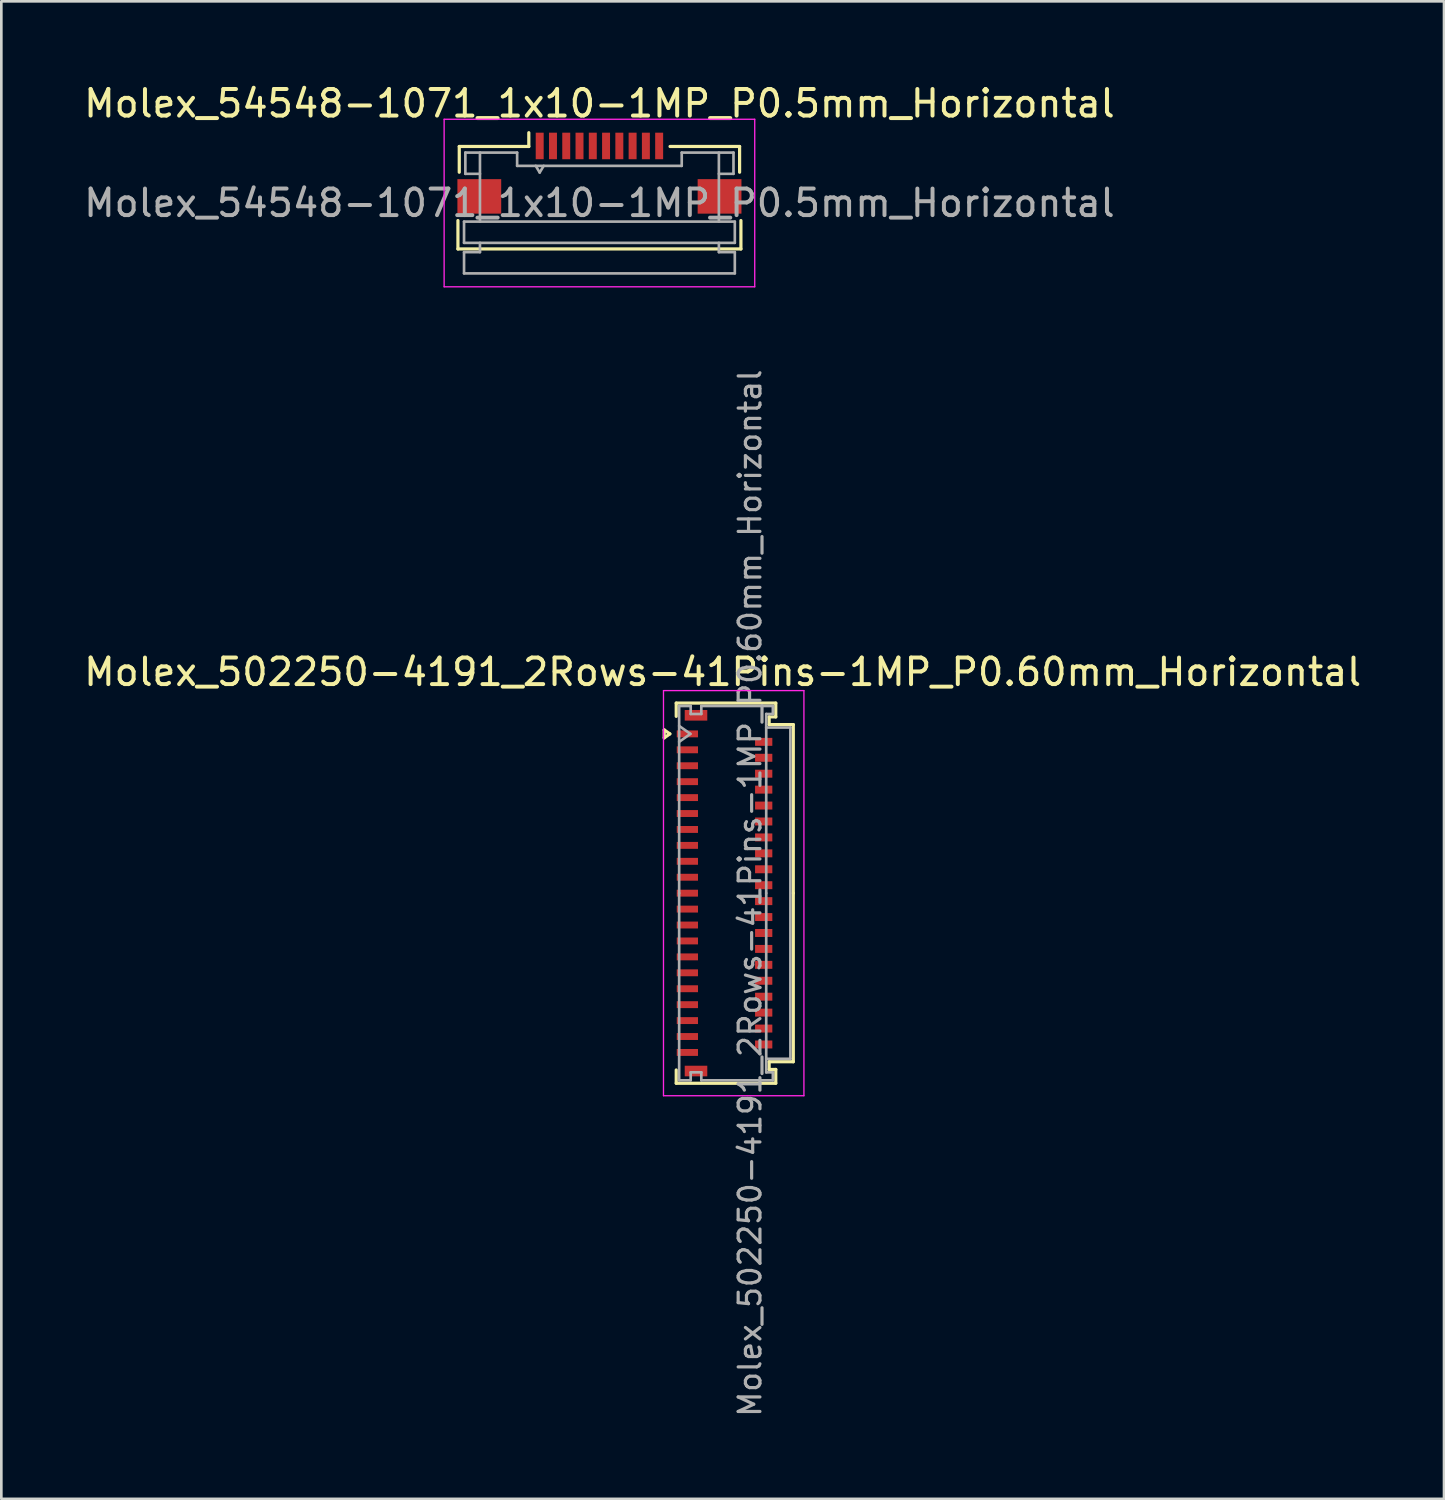
<source format=kicad_pcb>
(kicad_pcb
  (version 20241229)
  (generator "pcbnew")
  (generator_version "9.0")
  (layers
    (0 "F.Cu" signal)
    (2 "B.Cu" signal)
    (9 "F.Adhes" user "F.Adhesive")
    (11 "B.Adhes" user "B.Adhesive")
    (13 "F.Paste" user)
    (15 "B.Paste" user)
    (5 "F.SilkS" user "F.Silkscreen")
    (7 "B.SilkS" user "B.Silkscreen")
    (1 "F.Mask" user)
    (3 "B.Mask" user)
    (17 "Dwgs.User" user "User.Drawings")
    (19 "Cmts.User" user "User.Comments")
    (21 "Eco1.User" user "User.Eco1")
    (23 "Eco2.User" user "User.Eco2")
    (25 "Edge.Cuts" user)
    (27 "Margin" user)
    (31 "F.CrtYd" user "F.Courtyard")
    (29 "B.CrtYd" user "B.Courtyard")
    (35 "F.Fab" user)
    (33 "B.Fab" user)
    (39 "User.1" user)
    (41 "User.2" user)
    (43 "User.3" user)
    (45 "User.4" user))
  (footprint "Molex_502250-4191_2Rows-41Pins-1MP_P0.60mm_Horizontal"
    (layer "F.Cu")
    (at 24.243 30.595)
    (property "Reference" "Molex_502250-4191_2Rows-41Pins-1MP_P0.60mm_Horizontal" (at -0.07 -8.33 0) (layer "F.SilkS") (effects (font (size 1 1) (thickness 0.15))))
    (attr smd)
    (fp_line (start -2.272 -6.15) (end -2.06 -6) (stroke (width 0.12) (type solid)) (layer "F.SilkS"))
    (fp_line (start -2.272 -5.85) (end -2.272 -6.15) (stroke (width 0.12) (type solid)) (layer "F.SilkS"))
    (fp_line (start -2.06 -6) (end -2.272 -5.85) (stroke (width 0.12) (type solid)) (layer "F.SilkS"))
    (fp_line (start -1.82 -7.16) (end 1.93 -7.16) (stroke (width 0.12) (type solid)) (layer "F.SilkS"))
    (fp_line (start -1.82 -6.66) (end -1.82 -7.16) (stroke (width 0.12) (type solid)) (layer "F.SilkS"))
    (fp_line (start -1.82 6.66) (end -1.82 7.16) (stroke (width 0.12) (type solid)) (layer "F.SilkS"))
    (fp_line (start -1.82 7.16) (end 1.93 7.16) (stroke (width 0.12) (type solid)) (layer "F.SilkS"))
    (fp_line (start 1.68 -6.64) (end 1.68 -6.35) (stroke (width 0.12) (type solid)) (layer "F.SilkS"))
    (fp_line (start 1.68 -6.35) (end 2.59 -6.35) (stroke (width 0.12) (type solid)) (layer "F.SilkS"))
    (fp_line (start 1.68 6.35) (end 2.59 6.35) (stroke (width 0.12) (type solid)) (layer "F.SilkS"))
    (fp_line (start 1.68 6.64) (end 1.68 6.35) (stroke (width 0.12) (type solid)) (layer "F.SilkS"))
    (fp_line (start 1.93 -7.16) (end 1.93 -6.64) (stroke (width 0.12) (type solid)) (layer "F.SilkS"))
    (fp_line (start 1.93 -6.64) (end 1.68 -6.64) (stroke (width 0.12) (type solid)) (layer "F.SilkS"))
    (fp_line (start 1.93 6.64) (end 1.68 6.64) (stroke (width 0.12) (type solid)) (layer "F.SilkS"))
    (fp_line (start 1.93 7.16) (end 1.93 6.64) (stroke (width 0.12) (type solid)) (layer "F.SilkS"))
    (fp_line (start 2.59 -6.35) (end 2.59 0) (stroke (width 0.12) (type solid)) (layer "F.SilkS"))
    (fp_line (start 2.59 6.35) (end 2.59 0) (stroke (width 0.12) (type solid)) (layer "F.SilkS"))
    (fp_line (start -2.3 -7.63) (end -2.3 7.63) (stroke (width 0.05) (type solid)) (layer "F.CrtYd"))
    (fp_line (start -2.3 7.63) (end 2.99 7.63) (stroke (width 0.05) (type solid)) (layer "F.CrtYd"))
    (fp_line (start 2.99 -7.63) (end -2.3 -7.63) (stroke (width 0.05) (type solid)) (layer "F.CrtYd"))
    (fp_line (start 2.99 7.63) (end 2.99 -7.63) (stroke (width 0.05) (type solid)) (layer "F.CrtYd"))
    (fp_line (start -1.71 -7.05) (end -1.275 -7.05) (stroke (width 0.1) (type solid)) (layer "F.Fab"))
    (fp_line (start -1.71 -6.3) (end -1.286 -6) (stroke (width 0.1) (type solid)) (layer "F.Fab"))
    (fp_line (start -1.71 0) (end -1.71 -7.05) (stroke (width 0.1) (type solid)) (layer "F.Fab"))
    (fp_line (start -1.71 0) (end -1.71 7.05) (stroke (width 0.1) (type solid)) (layer "F.Fab"))
    (fp_line (start -1.71 7.05) (end -1.275 7.05) (stroke (width 0.1) (type solid)) (layer "F.Fab"))
    (fp_line (start -1.286 -6) (end -1.71 -5.7) (stroke (width 0.1) (type solid)) (layer "F.Fab"))
    (fp_line (start -1.275 -7.05) (end -1.275 -6.75) (stroke (width 0.1) (type solid)) (layer "F.Fab"))
    (fp_line (start -1.275 -6.75) (end -0.875 -6.75) (stroke (width 0.1) (type solid)) (layer "F.Fab"))
    (fp_line (start -1.275 6.75) (end -0.875 6.75) (stroke (width 0.1) (type solid)) (layer "F.Fab"))
    (fp_line (start -1.275 7.05) (end -1.275 6.75) (stroke (width 0.1) (type solid)) (layer "F.Fab"))
    (fp_line (start -0.875 -7.05) (end 1.82 -7.05) (stroke (width 0.1) (type solid)) (layer "F.Fab"))
    (fp_line (start -0.875 -6.75) (end -0.875 -7.05) (stroke (width 0.1) (type solid)) (layer "F.Fab"))
    (fp_line (start -0.875 6.75) (end -0.875 7.05) (stroke (width 0.1) (type solid)) (layer "F.Fab"))
    (fp_line (start -0.875 7.05) (end 1.82 7.05) (stroke (width 0.1) (type solid)) (layer "F.Fab"))
    (fp_line (start 1.57 -6.75) (end 1.57 0) (stroke (width 0.1) (type solid)) (layer "F.Fab"))
    (fp_line (start 1.57 -6.24) (end 2.48 -6.24) (stroke (width 0.1) (type solid)) (layer "F.Fab"))
    (fp_line (start 1.57 6.75) (end 1.57 0) (stroke (width 0.1) (type solid)) (layer "F.Fab"))
    (fp_line (start 1.82 -7.05) (end 1.82 -6.75) (stroke (width 0.1) (type solid)) (layer "F.Fab"))
    (fp_line (start 1.82 -6.75) (end 1.57 -6.75) (stroke (width 0.1) (type solid)) (layer "F.Fab"))
    (fp_line (start 1.82 6.75) (end 1.57 6.75) (stroke (width 0.1) (type solid)) (layer "F.Fab"))
    (fp_line (start 1.82 7.05) (end 1.82 6.75) (stroke (width 0.1) (type solid)) (layer "F.Fab"))
    (fp_line (start 2.48 -6.24) (end 2.48 6.24) (stroke (width 0.1) (type solid)) (layer "F.Fab"))
    (fp_line (start 2.48 6.24) (end 1.57 6.24) (stroke (width 0.1) (type solid)) (layer "F.Fab"))
    (fp_text user "${REFERENCE}" (at 0.96 0 90) (layer "F.Fab") (effects (font (size 0.82 0.82) (thickness 0.12))))
    (pad "1" smd rect (at -1.4 -6) (size 0.8 0.26) (layers "F.Cu" "F.Mask" "F.Paste"))
    (pad "2" smd rect (at 1.475 -5.7) (size 0.65 0.3) (layers "F.Cu" "F.Mask" "F.Paste"))
    (pad "3" smd rect (at -1.4 -5.4) (size 0.8 0.26) (layers "F.Cu" "F.Mask" "F.Paste"))
    (pad "4" smd rect (at 1.475 -5.1) (size 0.65 0.3) (layers "F.Cu" "F.Mask" "F.Paste"))
    (pad "5" smd rect (at -1.4 -4.8) (size 0.8 0.26) (layers "F.Cu" "F.Mask" "F.Paste"))
    (pad "6" smd rect (at 1.475 -4.5) (size 0.65 0.3) (layers "F.Cu" "F.Mask" "F.Paste"))
    (pad "7" smd rect (at -1.4 -4.2) (size 0.8 0.26) (layers "F.Cu" "F.Mask" "F.Paste"))
    (pad "8" smd rect (at 1.475 -3.9) (size 0.65 0.3) (layers "F.Cu" "F.Mask" "F.Paste"))
    (pad "9" smd rect (at -1.4 -3.6) (size 0.8 0.26) (layers "F.Cu" "F.Mask" "F.Paste"))
    (pad "10" smd rect (at 1.475 -3.3) (size 0.65 0.3) (layers "F.Cu" "F.Mask" "F.Paste"))
    (pad "11" smd rect (at -1.4 -3) (size 0.8 0.26) (layers "F.Cu" "F.Mask" "F.Paste"))
    (pad "12" smd rect (at 1.475 -2.7) (size 0.65 0.3) (layers "F.Cu" "F.Mask" "F.Paste"))
    (pad "13" smd rect (at -1.4 -2.4) (size 0.8 0.26) (layers "F.Cu" "F.Mask" "F.Paste"))
    (pad "14" smd rect (at 1.475 -2.1) (size 0.65 0.3) (layers "F.Cu" "F.Mask" "F.Paste"))
    (pad "15" smd rect (at -1.4 -1.8) (size 0.8 0.26) (layers "F.Cu" "F.Mask" "F.Paste"))
    (pad "16" smd rect (at 1.475 -1.5) (size 0.65 0.3) (layers "F.Cu" "F.Mask" "F.Paste"))
    (pad "17" smd rect (at -1.4 -1.2) (size 0.8 0.26) (layers "F.Cu" "F.Mask" "F.Paste"))
    (pad "18" smd rect (at 1.475 -0.9) (size 0.65 0.3) (layers "F.Cu" "F.Mask" "F.Paste"))
    (pad "19" smd rect (at -1.4 -0.6) (size 0.8 0.26) (layers "F.Cu" "F.Mask" "F.Paste"))
    (pad "20" smd rect (at 1.475 -0.3) (size 0.65 0.3) (layers "F.Cu" "F.Mask" "F.Paste"))
    (pad "21" smd rect (at -1.4 0) (size 0.8 0.26) (layers "F.Cu" "F.Mask" "F.Paste"))
    (pad "22" smd rect (at 1.475 0.3) (size 0.65 0.3) (layers "F.Cu" "F.Mask" "F.Paste"))
    (pad "23" smd rect (at -1.4 0.6) (size 0.8 0.26) (layers "F.Cu" "F.Mask" "F.Paste"))
    (pad "24" smd rect (at 1.475 0.9) (size 0.65 0.3) (layers "F.Cu" "F.Mask" "F.Paste"))
    (pad "25" smd rect (at -1.4 1.2) (size 0.8 0.26) (layers "F.Cu" "F.Mask" "F.Paste"))
    (pad "26" smd rect (at 1.475 1.5) (size 0.65 0.3) (layers "F.Cu" "F.Mask" "F.Paste"))
    (pad "27" smd rect (at -1.4 1.8) (size 0.8 0.26) (layers "F.Cu" "F.Mask" "F.Paste"))
    (pad "28" smd rect (at 1.475 2.1) (size 0.65 0.3) (layers "F.Cu" "F.Mask" "F.Paste"))
    (pad "29" smd rect (at -1.4 2.4) (size 0.8 0.26) (layers "F.Cu" "F.Mask" "F.Paste"))
    (pad "30" smd rect (at 1.475 2.7) (size 0.65 0.3) (layers "F.Cu" "F.Mask" "F.Paste"))
    (pad "31" smd rect (at -1.4 3) (size 0.8 0.26) (layers "F.Cu" "F.Mask" "F.Paste"))
    (pad "32" smd rect (at 1.475 3.3) (size 0.65 0.3) (layers "F.Cu" "F.Mask" "F.Paste"))
    (pad "33" smd rect (at -1.4 3.6) (size 0.8 0.26) (layers "F.Cu" "F.Mask" "F.Paste"))
    (pad "34" smd rect (at 1.475 3.9) (size 0.65 0.3) (layers "F.Cu" "F.Mask" "F.Paste"))
    (pad "35" smd rect (at -1.4 4.2) (size 0.8 0.26) (layers "F.Cu" "F.Mask" "F.Paste"))
    (pad "36" smd rect (at 1.475 4.5) (size 0.65 0.3) (layers "F.Cu" "F.Mask" "F.Paste"))
    (pad "37" smd rect (at -1.4 4.8) (size 0.8 0.26) (layers "F.Cu" "F.Mask" "F.Paste"))
    (pad "38" smd rect (at 1.475 5.1) (size 0.65 0.3) (layers "F.Cu" "F.Mask" "F.Paste"))
    (pad "39" smd rect (at -1.4 5.4) (size 0.8 0.26) (layers "F.Cu" "F.Mask" "F.Paste"))
    (pad "40" smd rect (at 1.475 5.7) (size 0.65 0.3) (layers "F.Cu" "F.Mask" "F.Paste"))
    (pad "41" smd rect (at -1.4 6) (size 0.8 0.26) (layers "F.Cu" "F.Mask" "F.Paste"))
    (pad "MP" smd rect (at -1.075 -6.7) (size 0.85 0.4) (layers "F.Cu" "F.Mask" "F.Paste"))
    (pad "MP" smd rect (at -1.075 6.7) (size 0.85 0.4) (layers "F.Cu" "F.Mask" "F.Paste")))
  (footprint "Molex_54548-1071_1x10-1MP_P0.5mm_Horizontal"
    (layer "F.Cu")
    (at 19.53 3.473)
    (property "Reference" "Molex_54548-1071_1x10-1MP_P0.5mm_Horizontal" (at 0 -2.625 0) (layer "F.SilkS") (effects (font (size 1 1) (thickness 0.15))))
    (attr smd)
    (fp_line (start -5.33 1.785) (end -5.33 2.855) (stroke (width 0.12) (type solid)) (layer "F.SilkS"))
    (fp_line (start -5.33 2.855) (end 5.33 2.855) (stroke (width 0.12) (type solid)) (layer "F.SilkS"))
    (fp_line (start -5.28 -1.005) (end -5.28 -0.035) (stroke (width 0.12) (type solid)) (layer "F.SilkS"))
    (fp_line (start -2.66 -1.525) (end -2.66 -1.005) (stroke (width 0.12) (type solid)) (layer "F.SilkS"))
    (fp_line (start -2.66 -1.005) (end -5.28 -1.005) (stroke (width 0.12) (type solid)) (layer "F.SilkS"))
    (fp_line (start 5.28 -1.005) (end 2.66 -1.005) (stroke (width 0.12) (type solid)) (layer "F.SilkS"))
    (fp_line (start 5.28 -0.035) (end 5.28 -1.005) (stroke (width 0.12) (type solid)) (layer "F.SilkS"))
    (fp_line (start 5.33 2.855) (end 5.33 1.785) (stroke (width 0.12) (type solid)) (layer "F.SilkS"))
    (fp_line (start -5.85 -2.03) (end 5.85 -2.03) (stroke (width 0.05) (type solid)) (layer "F.CrtYd"))
    (fp_line (start -5.85 4.28) (end -5.85 -2.03) (stroke (width 0.05) (type solid)) (layer "F.CrtYd"))
    (fp_line (start 5.85 -2.03) (end 5.85 4.28) (stroke (width 0.05) (type solid)) (layer "F.CrtYd"))
    (fp_line (start 5.85 4.28) (end -5.85 4.28) (stroke (width 0.05) (type solid)) (layer "F.CrtYd"))
    (fp_line (start -5.1 1.825) (end -5.1 2.625) (stroke (width 0.1) (type solid)) (layer "F.Fab"))
    (fp_line (start -5.1 2.625) (end 5.1 2.625) (stroke (width 0.1) (type solid)) (layer "F.Fab"))
    (fp_line (start -5.1 2.975) (end -5.1 3.775) (stroke (width 0.1) (type solid)) (layer "F.Fab"))
    (fp_line (start -5.1 3.775) (end 5.1 3.775) (stroke (width 0.1) (type solid)) (layer "F.Fab"))
    (fp_line (start -5.05 -0.775) (end -5.05 0.025) (stroke (width 0.1) (type solid)) (layer "F.Fab"))
    (fp_line (start -5.05 -0.775) (end -3.1 -0.775) (stroke (width 0.1) (type solid)) (layer "F.Fab"))
    (fp_line (start -5.05 0.025) (end -4.5 0.025) (stroke (width 0.1) (type solid)) (layer "F.Fab"))
    (fp_line (start -4.5 1.825) (end -4.5 -0.775) (stroke (width 0.1) (type solid)) (layer "F.Fab"))
    (fp_line (start -4.5 2.625) (end -4.5 2.975) (stroke (width 0.1) (type solid)) (layer "F.Fab"))
    (fp_line (start -4.5 2.975) (end -5.1 2.975) (stroke (width 0.1) (type solid)) (layer "F.Fab"))
    (fp_line (start -3.1 -0.775) (end -3.1 -0.275) (stroke (width 0.1) (type solid)) (layer "F.Fab"))
    (fp_line (start -3.1 -0.275) (end 3.1 -0.275) (stroke (width 0.1) (type solid)) (layer "F.Fab"))
    (fp_line (start -2.4 -0.275) (end -2.25 -0.025) (stroke (width 0.1) (type solid)) (layer "F.Fab"))
    (fp_line (start -2.25 -0.025) (end -2.1 -0.275) (stroke (width 0.1) (type solid)) (layer "F.Fab"))
    (fp_line (start 3.1 -0.775) (end 5.05 -0.775) (stroke (width 0.1) (type solid)) (layer "F.Fab"))
    (fp_line (start 3.1 -0.275) (end 3.1 -0.775) (stroke (width 0.1) (type solid)) (layer "F.Fab"))
    (fp_line (start 4.5 -0.775) (end 4.5 1.825) (stroke (width 0.1) (type solid)) (layer "F.Fab"))
    (fp_line (start 4.5 2.975) (end 4.5 2.625) (stroke (width 0.1) (type solid)) (layer "F.Fab"))
    (fp_line (start 5.05 -0.775) (end 5.05 0.025) (stroke (width 0.1) (type solid)) (layer "F.Fab"))
    (fp_line (start 5.05 0.025) (end 4.5 0.025) (stroke (width 0.1) (type solid)) (layer "F.Fab"))
    (fp_line (start 5.1 1.825) (end -5.1 1.825) (stroke (width 0.1) (type solid)) (layer "F.Fab"))
    (fp_line (start 5.1 2.625) (end 5.1 1.825) (stroke (width 0.1) (type solid)) (layer "F.Fab"))
    (fp_line (start 5.1 2.975) (end 4.5 2.975) (stroke (width 0.1) (type solid)) (layer "F.Fab"))
    (fp_line (start 5.1 3.775) (end 5.1 2.975) (stroke (width 0.1) (type solid)) (layer "F.Fab"))
    (fp_text user "${REFERENCE}" (at 0 1.125 0) (layer "F.Fab") (effects (font (size 1 1) (thickness 0.15))))
    (pad "1" smd rect (at -2.25 -1.025) (size 0.3 1) (layers "F.Cu" "F.Mask" "F.Paste"))
    (pad "2" smd rect (at -1.75 -1.025) (size 0.3 1) (layers "F.Cu" "F.Mask" "F.Paste"))
    (pad "3" smd rect (at -1.25 -1.025) (size 0.3 1) (layers "F.Cu" "F.Mask" "F.Paste"))
    (pad "4" smd rect (at -0.75 -1.025) (size 0.3 1) (layers "F.Cu" "F.Mask" "F.Paste"))
    (pad "5" smd rect (at -0.25 -1.025) (size 0.3 1) (layers "F.Cu" "F.Mask" "F.Paste"))
    (pad "6" smd rect (at 0.25 -1.025) (size 0.3 1) (layers "F.Cu" "F.Mask" "F.Paste"))
    (pad "7" smd rect (at 0.75 -1.025) (size 0.3 1) (layers "F.Cu" "F.Mask" "F.Paste"))
    (pad "8" smd rect (at 1.25 -1.025) (size 0.3 1) (layers "F.Cu" "F.Mask" "F.Paste"))
    (pad "9" smd rect (at 1.75 -1.025) (size 0.3 1) (layers "F.Cu" "F.Mask" "F.Paste"))
    (pad "10" smd rect (at 2.25 -1.025) (size 0.3 1) (layers "F.Cu" "F.Mask" "F.Paste"))
    (pad "MP" smd rect (at -4.525 0.875) (size 1.65 1.3) (layers "F.Cu" "F.Mask" "F.Paste"))
    (pad "MP" smd rect (at 4.525 0.875) (size 1.65 1.3) (layers "F.Cu" "F.Mask" "F.Paste")))
  (gr_rect
    (start -3 -3)
    (end 51.345 53.412)
    (stroke (width 0.1) (type default))
    (fill no)
    (layer "Edge.Cuts")))
</source>
